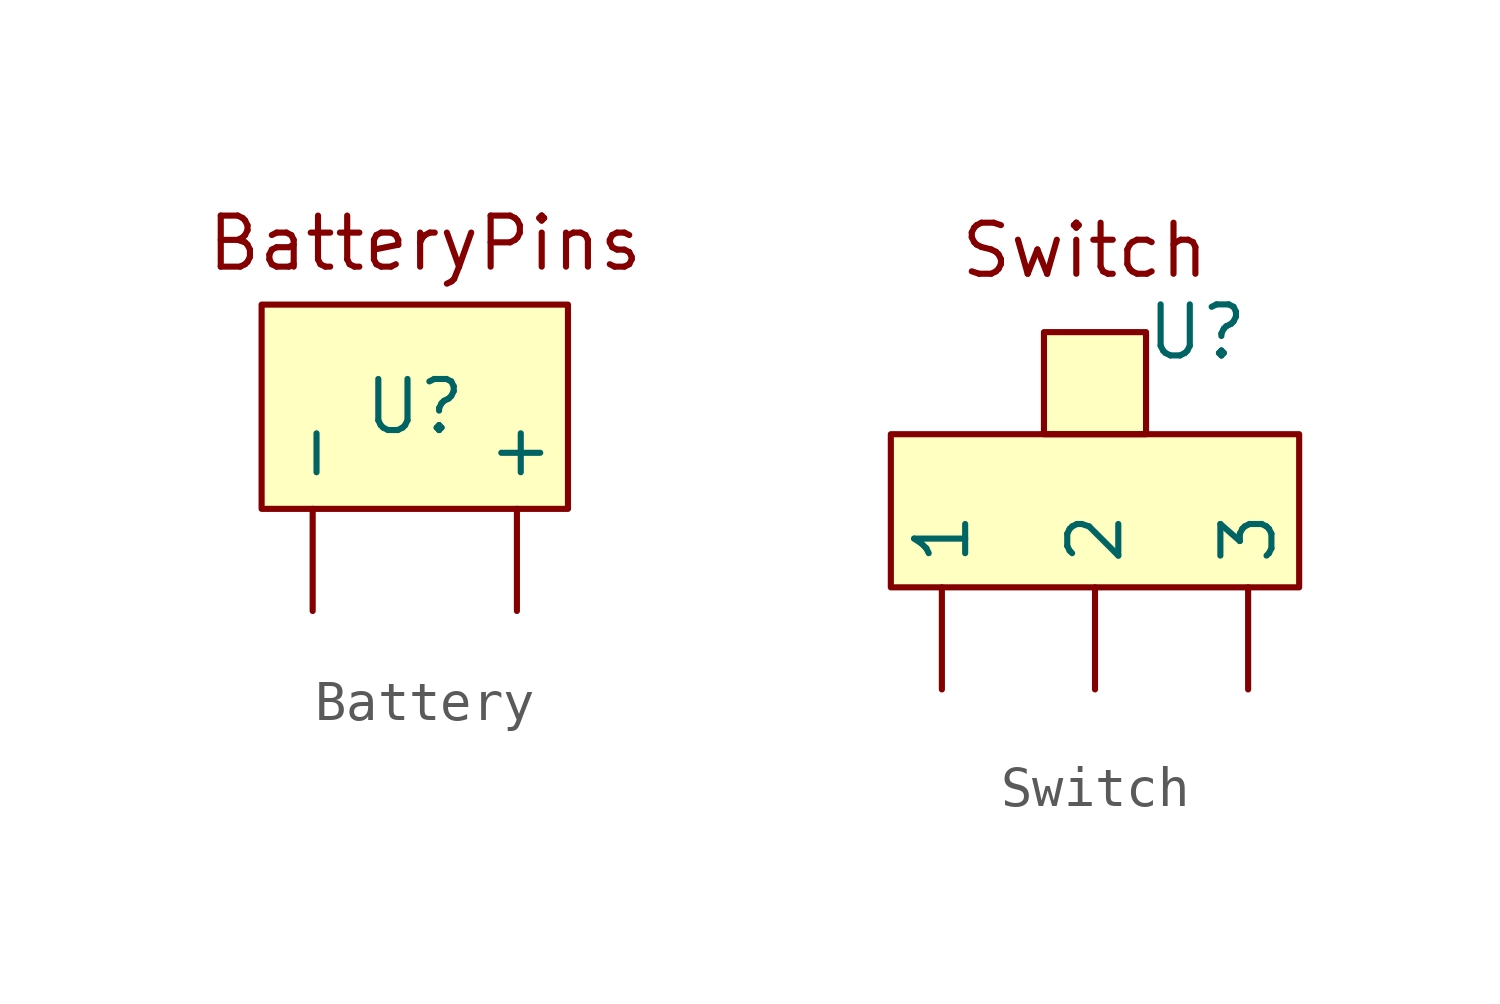
<source format=kicad_sym>
(kicad_symbol_lib
  (version 20241209)
  (generator "kicad_symbol_editor")
  (generator_version "9.0")
  (symbol "Battery"
    (property "Reference" "U"
      (at 0 0 0)
      (effects (font (size 1.27 1.27))))
    (property "Value" ""
      (at 0 0 0)
      (effects (font (size 1.27 1.27))))
    (symbol "Battery_1_1"
      (rectangle (start -3.81 2.54) (end 3.81 -2.54) (stroke (width 0) (type solid)) (fill (type background)))
      (text "BatteryPins" (at 0.254 4.064 0) (effects (font (size 1.27 1.27))))
      (pin power_out line (at -2.54 -5.08 90) (length 2.54) (name "-" (effects (font (size 1.27 1.27)))) (number "" (effects (font (size 1.27 1.27)))))
      (pin power_out line (at 2.54 -5.08 90) (length 2.54) (name "+" (effects (font (size 1.27 1.27)))) (number "" (effects (font (size 1.27 1.27)))))))
  (symbol "Switch"
    (property "Reference" "U"
      (at 2.54 1.27 0)
      (effects (font (size 1.27 1.27))))
    (property "Value" ""
      (at 0 0 0)
      (effects (font (size 1.27 1.27))))
    (symbol "Switch_1_1"
      (rectangle (start -5.08 -1.27) (end 5.08 -5.08) (stroke (width 0) (type solid)) (fill (type background)))
      (rectangle (start -1.27 1.27) (end 1.27 -1.27) (stroke (width 0) (type solid)) (fill (type background)))
      (text "Switch" (at -0.254 3.302 0) (effects (font (size 1.27 1.27))))
      (pin passive line (at -3.81 -7.62 90) (length 2.54) (name "1" (effects (font (size 1.27 1.27)))) (number "" (effects (font (size 1.27 1.27)))))
      (pin passive line (at 0 -7.62 90) (length 2.54) (name "2" (effects (font (size 1.27 1.27)))) (number "" (effects (font (size 1.27 1.27)))))
      (pin passive line (at 3.81 -7.62 90) (length 2.54) (name "3" (effects (font (size 1.27 1.27)))) (number "" (effects (font (size 1.27 1.27))))))))
</source>
